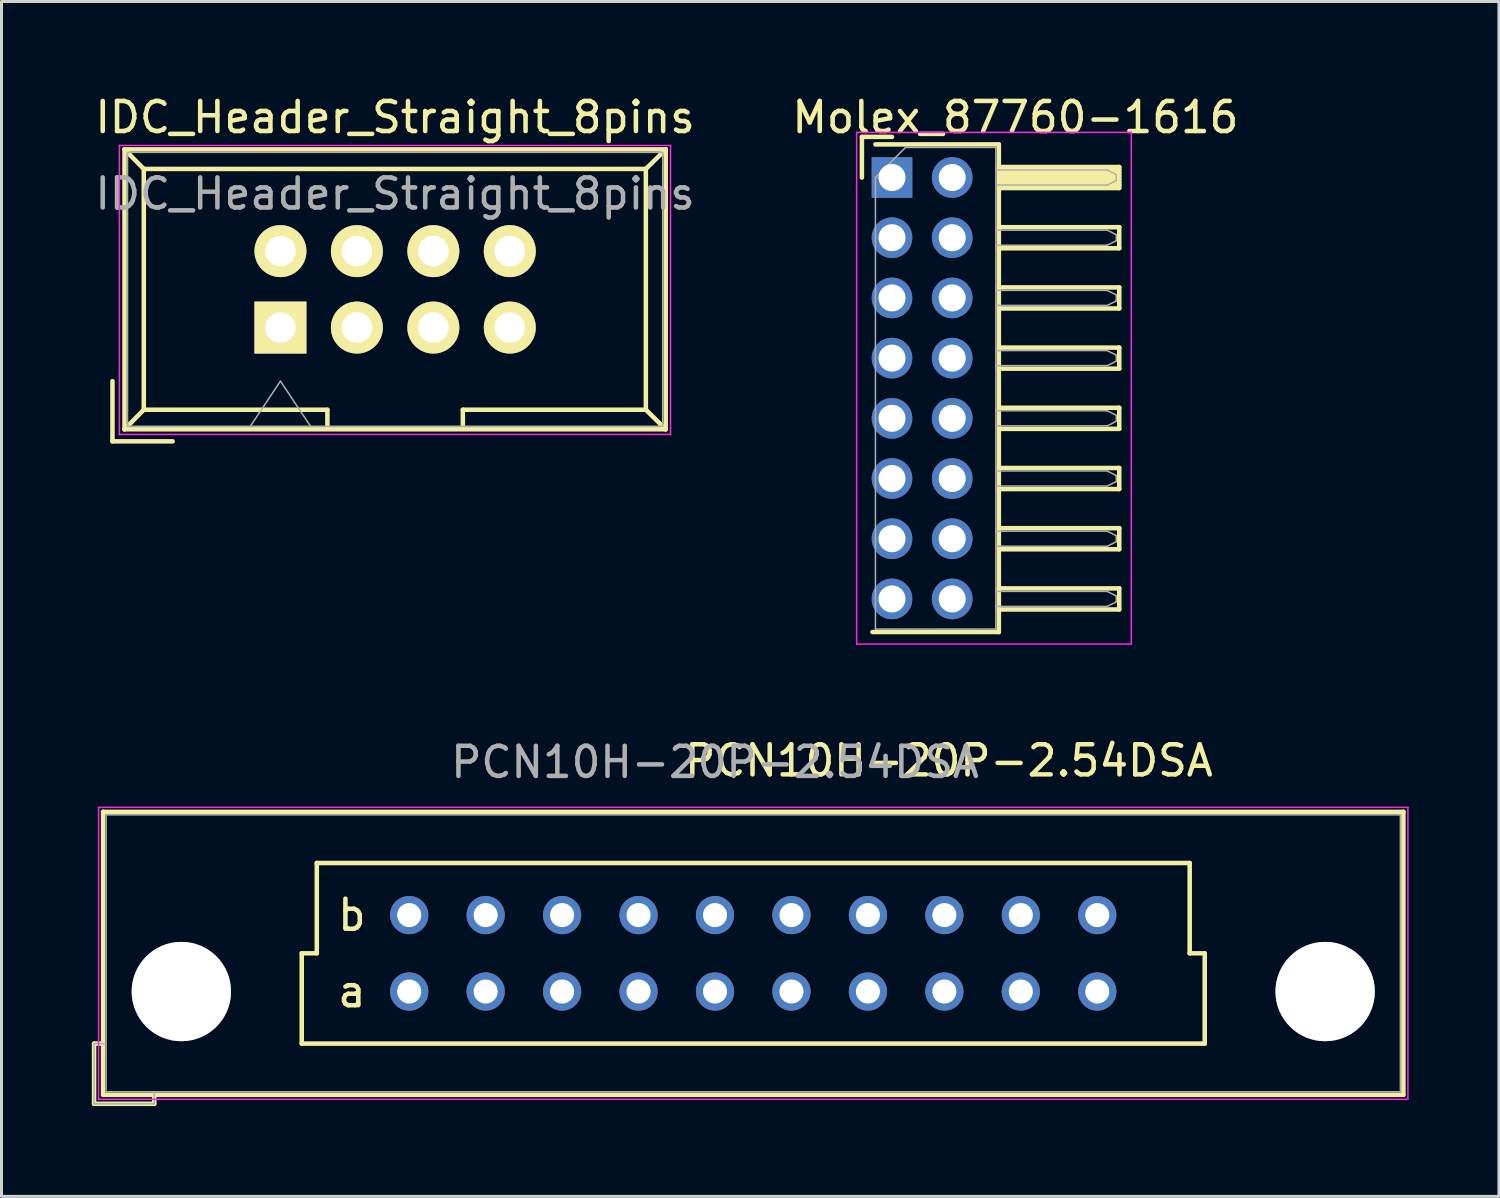
<source format=kicad_pcb>
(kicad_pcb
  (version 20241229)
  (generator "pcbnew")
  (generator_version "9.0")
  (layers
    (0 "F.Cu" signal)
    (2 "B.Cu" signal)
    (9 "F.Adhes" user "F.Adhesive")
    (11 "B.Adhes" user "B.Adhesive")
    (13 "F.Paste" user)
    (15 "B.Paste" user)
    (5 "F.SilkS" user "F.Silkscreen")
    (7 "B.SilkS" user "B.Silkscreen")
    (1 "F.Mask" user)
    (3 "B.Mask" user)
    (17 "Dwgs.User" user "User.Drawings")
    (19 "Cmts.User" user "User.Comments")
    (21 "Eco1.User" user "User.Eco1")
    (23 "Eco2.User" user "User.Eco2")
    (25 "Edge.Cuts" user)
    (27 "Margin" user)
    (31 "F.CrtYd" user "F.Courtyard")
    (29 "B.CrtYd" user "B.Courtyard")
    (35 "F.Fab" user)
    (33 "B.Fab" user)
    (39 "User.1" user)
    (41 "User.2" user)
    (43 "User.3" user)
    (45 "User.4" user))
  (footprint "IDC_Header_Straight_8pins"
    (layer "F.Cu")
    (at 6.267 7.833)
    (property "Reference" "IDC_Header_Straight_8pins" (at 3.81 -4.445 0) (layer "F.Fab") (effects (font (size 1 1) (thickness 0.15))))
    (attr through_hole)
    (fp_line (start -5.58 1.78) (end -5.58 3.78) (stroke (width 0.15) (type solid)) (layer "F.SilkS"))
    (fp_line (start -5.58 3.78) (end -3.58 3.78) (stroke (width 0.15) (type solid)) (layer "F.SilkS"))
    (fp_line (start -5.18 -5.92) (end -5.18 3.38) (stroke (width 0.15) (type solid)) (layer "F.SilkS"))
    (fp_line (start -5.18 -5.92) (end -4.54 -5.27) (stroke (width 0.15) (type solid)) (layer "F.SilkS"))
    (fp_line (start -5.18 -5.92) (end 12.8 -5.92) (stroke (width 0.15) (type solid)) (layer "F.SilkS"))
    (fp_line (start -5.18 3.38) (end -4.54 2.73) (stroke (width 0.15) (type solid)) (layer "F.SilkS"))
    (fp_line (start -5.18 3.38) (end 12.8 3.38) (stroke (width 0.15) (type solid)) (layer "F.SilkS"))
    (fp_line (start -4.54 -5.27) (end -4.54 2.73) (stroke (width 0.15) (type solid)) (layer "F.SilkS"))
    (fp_line (start -4.54 -5.27) (end 12.14 -5.27) (stroke (width 0.15) (type solid)) (layer "F.SilkS"))
    (fp_line (start -4.54 2.73) (end 1.56 2.73) (stroke (width 0.15) (type solid)) (layer "F.SilkS"))
    (fp_line (start 1.56 2.73) (end 1.56 3.28) (stroke (width 0.15) (type solid)) (layer "F.SilkS"))
    (fp_line (start 6.06 2.73) (end 6.06 3.28) (stroke (width 0.15) (type solid)) (layer "F.SilkS"))
    (fp_line (start 6.06 2.73) (end 12.14 2.73) (stroke (width 0.15) (type solid)) (layer "F.SilkS"))
    (fp_line (start 12.14 -5.27) (end 12.14 2.73) (stroke (width 0.15) (type solid)) (layer "F.SilkS"))
    (fp_line (start 12.8 -5.92) (end 12.14 -5.27) (stroke (width 0.15) (type solid)) (layer "F.SilkS"))
    (fp_line (start 12.8 -5.92) (end 12.8 3.38) (stroke (width 0.15) (type solid)) (layer "F.SilkS"))
    (fp_line (start 12.8 3.38) (end 12.14 2.73) (stroke (width 0.15) (type solid)) (layer "F.SilkS"))
    (fp_line (start -5.35 -6.05) (end 12.96 -6.05) (stroke (width 0.05) (type solid)) (layer "F.CrtYd"))
    (fp_line (start -5.35 3.55) (end -5.35 -6.05) (stroke (width 0.05) (type solid)) (layer "F.CrtYd"))
    (fp_line (start 12.96 -6.05) (end 12.96 3.55) (stroke (width 0.05) (type solid)) (layer "F.CrtYd"))
    (fp_line (start 12.96 3.55) (end -5.36 3.55) (stroke (width 0.05) (type solid)) (layer "F.CrtYd"))
    (fp_line (start -5.08 -5.82) (end -5.08 3.28) (stroke (width 0.05) (type solid)) (layer "F.Fab"))
    (fp_line (start -5.08 -5.82) (end 12.7 -5.82) (stroke (width 0.05) (type solid)) (layer "F.Fab"))
    (fp_line (start -5.08 3.28) (end 12.7 3.28) (stroke (width 0.05) (type solid)) (layer "F.Fab"))
    (fp_line (start -1 3.28) (end 0 1.78) (stroke (width 0.05) (type solid)) (layer "F.Fab"))
    (fp_line (start 0 1.78) (end 1 3.28) (stroke (width 0.05) (type solid)) (layer "F.Fab"))
    (fp_line (start 12.7 -5.82) (end 12.7 3.28) (stroke (width 0.05) (type solid)) (layer "F.Fab"))
    (fp_text user "${REFERENCE}" (at 3.81 -6.985 0) (layer "F.SilkS") (effects (font (size 1 1) (thickness 0.15))))
    (pad "1" thru_hole rect (at 0 0) (size 1.727 1.727) (drill 1.016) (layers "*.Cu" "*.Mask" "F.SilkS"))
    (pad "2" thru_hole oval (at 0 -2.54) (size 1.727 1.727) (drill 1.016) (layers "*.Cu" "*.Mask" "F.SilkS"))
    (pad "3" thru_hole oval (at 2.54 0) (size 1.727 1.727) (drill 1.016) (layers "*.Cu" "*.Mask" "F.SilkS"))
    (pad "4" thru_hole oval (at 2.54 -2.54) (size 1.727 1.727) (drill 1.016) (layers "*.Cu" "*.Mask" "F.SilkS"))
    (pad "5" thru_hole oval (at 5.08 0) (size 1.727 1.727) (drill 1.016) (layers "*.Cu" "*.Mask" "F.SilkS"))
    (pad "6" thru_hole oval (at 5.08 -2.54) (size 1.727 1.727) (drill 1.016) (layers "*.Cu" "*.Mask" "F.SilkS"))
    (pad "7" thru_hole oval (at 7.62 0) (size 1.727 1.727) (drill 1.016) (layers "*.Cu" "*.Mask" "F.SilkS"))
    (pad "8" thru_hole oval (at 7.62 -2.54) (size 1.727 1.727) (drill 1.016) (layers "*.Cu" "*.Mask" "F.SilkS")))
  (footprint "PCN10H-20P-2.54DSA"
    (layer "F.Cu")
    (at 21.975 28.622)
    (property "Reference" "PCN10H-20P-2.54DSA" (at -1.27 -6.35 0) (layer "F.Fab") (effects (font (size 1 1) (thickness 0.15))))
    (attr through_hole)
    (fp_line (start -21.9 3) (end -21.6 3) (stroke (width 0.15) (type solid)) (layer "F.SilkS"))
    (fp_line (start -21.9 5) (end -21.9 3) (stroke (width 0.15) (type solid)) (layer "F.SilkS"))
    (fp_line (start -21.9 5) (end -19.9 5) (stroke (width 0.15) (type solid)) (layer "F.SilkS"))
    (fp_line (start -21.6 -4.7) (end 21.6 -4.7) (stroke (width 0.15) (type solid)) (layer "F.SilkS"))
    (fp_line (start -21.6 4.7) (end -21.6 -4.7) (stroke (width 0.15) (type solid)) (layer "F.SilkS"))
    (fp_line (start -19.9 5) (end -19.9 4.7) (stroke (width 0.15) (type solid)) (layer "F.SilkS"))
    (fp_line (start -15 3) (end -15 0) (stroke (width 0.15) (type solid)) (layer "F.SilkS"))
    (fp_line (start -14.5 -3) (end -14.5 0) (stroke (width 0.15) (type solid)) (layer "F.SilkS"))
    (fp_line (start -14.5 -3) (end 14.5 -3) (stroke (width 0.15) (type solid)) (layer "F.SilkS"))
    (fp_line (start -14.5 0) (end -15 0) (stroke (width 0.15) (type solid)) (layer "F.SilkS"))
    (fp_line (start 14.5 -3) (end 14.5 0) (stroke (width 0.15) (type solid)) (layer "F.SilkS"))
    (fp_line (start 14.5 0) (end 15 0) (stroke (width 0.15) (type solid)) (layer "F.SilkS"))
    (fp_line (start 15 0) (end 15 3) (stroke (width 0.15) (type solid)) (layer "F.SilkS"))
    (fp_line (start 15 3) (end -15 3) (stroke (width 0.15) (type solid)) (layer "F.SilkS"))
    (fp_line (start 21.6 -4.7) (end 21.6 4.7) (stroke (width 0.15) (type solid)) (layer "F.SilkS"))
    (fp_line (start 21.6 4.7) (end -21.6 4.7) (stroke (width 0.15) (type solid)) (layer "F.SilkS"))
    (fp_line (start -21.75 -4.85) (end 21.75 -4.85) (stroke (width 0.05) (type solid)) (layer "F.CrtYd"))
    (fp_line (start -21.75 4.85) (end -21.75 -4.85) (stroke (width 0.05) (type solid)) (layer "F.CrtYd"))
    (fp_line (start 21.75 -4.85) (end 21.75 4.85) (stroke (width 0.05) (type solid)) (layer "F.CrtYd"))
    (fp_line (start 21.75 4.85) (end -21.75 4.85) (stroke (width 0.05) (type solid)) (layer "F.CrtYd"))
    (fp_line (start -21.9 3) (end -21.9 5) (stroke (width 0.05) (type solid)) (layer "F.Fab"))
    (fp_line (start -21.9 5) (end -19.9 5) (stroke (width 0.05) (type solid)) (layer "F.Fab"))
    (fp_line (start -21.5 -4.6) (end 21.5 -4.6) (stroke (width 0.05) (type solid)) (layer "F.Fab"))
    (fp_line (start -21.5 3) (end -21.9 3) (stroke (width 0.05) (type solid)) (layer "F.Fab"))
    (fp_line (start -21.5 4.6) (end -21.5 -4.6) (stroke (width 0.05) (type solid)) (layer "F.Fab"))
    (fp_line (start -19.9 5) (end -19.9 4.6) (stroke (width 0.05) (type solid)) (layer "F.Fab"))
    (fp_line (start 21.5 -4.6) (end 21.5 4.6) (stroke (width 0.05) (type solid)) (layer "F.Fab"))
    (fp_line (start 21.5 4.6) (end -21.5 4.6) (stroke (width 0.05) (type solid)) (layer "F.Fab"))
    (fp_text user "a" (at -13.335 1.27 0) (layer "F.SilkS") (effects (font (size 1 1) (thickness 0.15))))
    (fp_text user "b" (at -13.335 -1.27 0) (layer "F.SilkS") (effects (font (size 1 1) (thickness 0.15))))
    (fp_text user "${REFERENCE}" (at 6.5 -6.4 0) (layer "F.SilkS") (effects (font (size 1 1) (thickness 0.15))))
    (pad "" thru_hole circle (at -19 1.27) (size 3.3 3.3) (drill 3.3) (layers "*.Cu" "*.Mask"))
    (pad "" thru_hole circle (at 19 1.27) (size 3.3 3.3) (drill 3.3) (layers "*.Cu" "*.Mask"))
    (pad "1" thru_hole circle (at -11.43 1.27) (size 1.27 1.27) (drill 0.8) (layers "*.Cu" "*.Mask"))
    (pad "2" thru_hole circle (at -11.43 -1.27) (size 1.27 1.27) (drill 0.8) (layers "*.Cu" "*.Mask"))
    (pad "3" thru_hole circle (at -8.89 1.27) (size 1.27 1.27) (drill 0.8) (layers "*.Cu" "*.Mask"))
    (pad "4" thru_hole circle (at -8.89 -1.27) (size 1.27 1.27) (drill 0.8) (layers "*.Cu" "*.Mask"))
    (pad "5" thru_hole circle (at -6.35 1.27) (size 1.27 1.27) (drill 0.8) (layers "*.Cu" "*.Mask"))
    (pad "6" thru_hole circle (at -6.35 -1.27) (size 1.27 1.27) (drill 0.8) (layers "*.Cu" "*.Mask"))
    (pad "7" thru_hole circle (at -3.81 1.27) (size 1.27 1.27) (drill 0.8) (layers "*.Cu" "*.Mask"))
    (pad "8" thru_hole circle (at -3.81 -1.27) (size 1.27 1.27) (drill 0.8) (layers "*.Cu" "*.Mask"))
    (pad "9" thru_hole circle (at -1.27 1.27) (size 1.27 1.27) (drill 0.8) (layers "*.Cu" "*.Mask"))
    (pad "10" thru_hole circle (at -1.27 -1.27) (size 1.27 1.27) (drill 0.8) (layers "*.Cu" "*.Mask"))
    (pad "11" thru_hole circle (at 1.27 1.27) (size 1.27 1.27) (drill 0.8) (layers "*.Cu" "*.Mask"))
    (pad "12" thru_hole circle (at 1.27 -1.27) (size 1.27 1.27) (drill 0.8) (layers "*.Cu" "*.Mask"))
    (pad "13" thru_hole circle (at 3.81 1.27) (size 1.27 1.27) (drill 0.8) (layers "*.Cu" "*.Mask"))
    (pad "14" thru_hole circle (at 3.81 -1.27) (size 1.27 1.27) (drill 0.8) (layers "*.Cu" "*.Mask"))
    (pad "15" thru_hole circle (at 6.35 1.27) (size 1.27 1.27) (drill 0.8) (layers "*.Cu" "*.Mask"))
    (pad "16" thru_hole circle (at 6.35 -1.27) (size 1.27 1.27) (drill 0.8) (layers "*.Cu" "*.Mask"))
    (pad "17" thru_hole circle (at 8.89 1.27) (size 1.27 1.27) (drill 0.8) (layers "*.Cu" "*.Mask"))
    (pad "18" thru_hole circle (at 8.89 -1.27) (size 1.27 1.27) (drill 0.8) (layers "*.Cu" "*.Mask"))
    (pad "19" thru_hole circle (at 11.43 1.27) (size 1.27 1.27) (drill 0.8) (layers "*.Cu" "*.Mask"))
    (pad "20" thru_hole circle (at 11.43 -1.27) (size 1.27 1.27) (drill 0.8) (layers "*.Cu" "*.Mask")))
  (footprint "Molex_87760-1616"
    (layer "F.Cu")
    (at 26.585 2.848)
    (property "Reference" "Molex_87760-1616" (at 4.1 -2 0) (layer "F.SilkS") (effects (font (size 1 1) (thickness 0.15))))
    (attr through_hole)
    (fp_line (start -1 -1.35) (end 0 -1.35) (stroke (width 0.15) (type solid)) (layer "F.SilkS"))
    (fp_line (start -1 0) (end -1 -1.35) (stroke (width 0.15) (type solid)) (layer "F.SilkS"))
    (fp_line (start 3.55 -1.1) (end -0.55 -1.1) (stroke (width 0.15) (type solid)) (layer "F.SilkS"))
    (fp_line (start 3.55 -1.1) (end 3.55 15.1) (stroke (width 0.15) (type solid)) (layer "F.SilkS"))
    (fp_line (start 3.55 -0.35) (end 7.55 -0.35) (stroke (width 0.15) (type solid)) (layer "F.SilkS"))
    (fp_line (start 3.55 -0.25) (end 7.55 -0.25) (stroke (width 0.15) (type solid)) (layer "F.SilkS"))
    (fp_line (start 3.55 -0.15) (end 7.55 -0.15) (stroke (width 0.15) (type solid)) (layer "F.SilkS"))
    (fp_line (start 3.55 -0.05) (end 7.55 -0.05) (stroke (width 0.15) (type solid)) (layer "F.SilkS"))
    (fp_line (start 3.55 0.05) (end 7.55 0.05) (stroke (width 0.15) (type solid)) (layer "F.SilkS"))
    (fp_line (start 3.55 0.15) (end 7.55 0.15) (stroke (width 0.15) (type solid)) (layer "F.SilkS"))
    (fp_line (start 3.55 0.25) (end 7.55 0.25) (stroke (width 0.15) (type solid)) (layer "F.SilkS"))
    (fp_line (start 3.55 1.65) (end 7.55 1.65) (stroke (width 0.15) (type solid)) (layer "F.SilkS"))
    (fp_line (start 3.55 3.65) (end 7.55 3.65) (stroke (width 0.15) (type solid)) (layer "F.SilkS"))
    (fp_line (start 3.55 5.65) (end 7.55 5.65) (stroke (width 0.15) (type solid)) (layer "F.SilkS"))
    (fp_line (start 3.55 7.65) (end 7.55 7.65) (stroke (width 0.15) (type solid)) (layer "F.SilkS"))
    (fp_line (start 3.55 9.65) (end 7.55 9.65) (stroke (width 0.15) (type solid)) (layer "F.SilkS"))
    (fp_line (start 3.55 11.65) (end 7.55 11.65) (stroke (width 0.15) (type solid)) (layer "F.SilkS"))
    (fp_line (start 3.55 13.65) (end 7.55 13.65) (stroke (width 0.15) (type solid)) (layer "F.SilkS"))
    (fp_line (start 3.55 15.1) (end -0.65 15.1) (stroke (width 0.15) (type solid)) (layer "F.SilkS"))
    (fp_line (start 7.55 -0.35) (end 7.55 0.35) (stroke (width 0.15) (type solid)) (layer "F.SilkS"))
    (fp_line (start 7.55 0.35) (end 3.55 0.35) (stroke (width 0.15) (type solid)) (layer "F.SilkS"))
    (fp_line (start 7.55 1.65) (end 7.55 2.35) (stroke (width 0.15) (type solid)) (layer "F.SilkS"))
    (fp_line (start 7.55 2.35) (end 3.55 2.35) (stroke (width 0.15) (type solid)) (layer "F.SilkS"))
    (fp_line (start 7.55 3.65) (end 7.55 4.35) (stroke (width 0.15) (type solid)) (layer "F.SilkS"))
    (fp_line (start 7.55 4.35) (end 3.55 4.35) (stroke (width 0.15) (type solid)) (layer "F.SilkS"))
    (fp_line (start 7.55 5.65) (end 7.55 6.35) (stroke (width 0.15) (type solid)) (layer "F.SilkS"))
    (fp_line (start 7.55 6.35) (end 3.55 6.35) (stroke (width 0.15) (type solid)) (layer "F.SilkS"))
    (fp_line (start 7.55 7.65) (end 7.55 8.35) (stroke (width 0.15) (type solid)) (layer "F.SilkS"))
    (fp_line (start 7.55 8.35) (end 3.55 8.35) (stroke (width 0.15) (type solid)) (layer "F.SilkS"))
    (fp_line (start 7.55 9.65) (end 7.55 10.35) (stroke (width 0.15) (type solid)) (layer "F.SilkS"))
    (fp_line (start 7.55 10.35) (end 3.55 10.35) (stroke (width 0.15) (type solid)) (layer "F.SilkS"))
    (fp_line (start 7.55 11.65) (end 7.55 12.35) (stroke (width 0.15) (type solid)) (layer "F.SilkS"))
    (fp_line (start 7.55 12.35) (end 3.55 12.35) (stroke (width 0.15) (type solid)) (layer "F.SilkS"))
    (fp_line (start 7.55 13.65) (end 7.55 14.35) (stroke (width 0.15) (type solid)) (layer "F.SilkS"))
    (fp_line (start 7.55 14.35) (end 3.55 14.35) (stroke (width 0.15) (type solid)) (layer "F.SilkS"))
    (fp_line (start -1.175 -1.5) (end -1.175 15.5) (stroke (width 0.05) (type solid)) (layer "F.CrtYd"))
    (fp_line (start 7.95 -1.5) (end -1.175 -1.5) (stroke (width 0.05) (type solid)) (layer "F.CrtYd"))
    (fp_line (start 7.95 15.5) (end -1.175 15.5) (stroke (width 0.05) (type solid)) (layer "F.CrtYd"))
    (fp_line (start 7.95 15.5) (end 7.95 -1.5) (stroke (width 0.05) (type solid)) (layer "F.CrtYd"))
    (fp_line (start -0.55 15) (end -0.55 0) (stroke (width 0.05) (type solid)) (layer "F.Fab"))
    (fp_line (start 0.45 -1) (end -0.55 0) (stroke (width 0.05) (type solid)) (layer "F.Fab"))
    (fp_line (start 0.45 -1) (end 3.45 -1) (stroke (width 0.05) (type solid)) (layer "F.Fab"))
    (fp_line (start 3.45 -1) (end 3.45 15) (stroke (width 0.05) (type solid)) (layer "F.Fab"))
    (fp_line (start 3.45 -0.25) (end 7.15 -0.25) (stroke (width 0.05) (type solid)) (layer "F.Fab"))
    (fp_line (start 3.45 1.75) (end 7.15 1.75) (stroke (width 0.05) (type solid)) (layer "F.Fab"))
    (fp_line (start 3.45 3.75) (end 7.15 3.75) (stroke (width 0.05) (type solid)) (layer "F.Fab"))
    (fp_line (start 3.45 5.75) (end 7.15 5.75) (stroke (width 0.05) (type solid)) (layer "F.Fab"))
    (fp_line (start 3.45 7.75) (end 7.15 7.75) (stroke (width 0.05) (type solid)) (layer "F.Fab"))
    (fp_line (start 3.45 9.75) (end 7.15 9.75) (stroke (width 0.05) (type solid)) (layer "F.Fab"))
    (fp_line (start 3.45 11.75) (end 7.15 11.75) (stroke (width 0.05) (type solid)) (layer "F.Fab"))
    (fp_line (start 3.45 13.75) (end 7.15 13.75) (stroke (width 0.05) (type solid)) (layer "F.Fab"))
    (fp_line (start 3.45 15) (end -0.55 15) (stroke (width 0.05) (type solid)) (layer "F.Fab"))
    (fp_line (start 7.15 -0.25) (end 7.45 -0.1) (stroke (width 0.05) (type solid)) (layer "F.Fab"))
    (fp_line (start 7.15 0.25) (end 3.45 0.25) (stroke (width 0.05) (type solid)) (layer "F.Fab"))
    (fp_line (start 7.15 1.75) (end 7.45 1.9) (stroke (width 0.05) (type solid)) (layer "F.Fab"))
    (fp_line (start 7.15 2.25) (end 3.45 2.25) (stroke (width 0.05) (type solid)) (layer "F.Fab"))
    (fp_line (start 7.15 3.75) (end 7.45 3.9) (stroke (width 0.05) (type solid)) (layer "F.Fab"))
    (fp_line (start 7.15 4.25) (end 3.45 4.25) (stroke (width 0.05) (type solid)) (layer "F.Fab"))
    (fp_line (start 7.15 5.75) (end 7.45 5.9) (stroke (width 0.05) (type solid)) (layer "F.Fab"))
    (fp_line (start 7.15 6.25) (end 3.45 6.25) (stroke (width 0.05) (type solid)) (layer "F.Fab"))
    (fp_line (start 7.15 7.75) (end 7.45 7.9) (stroke (width 0.05) (type solid)) (layer "F.Fab"))
    (fp_line (start 7.15 8.25) (end 3.45 8.25) (stroke (width 0.05) (type solid)) (layer "F.Fab"))
    (fp_line (start 7.15 9.75) (end 7.45 9.9) (stroke (width 0.05) (type solid)) (layer "F.Fab"))
    (fp_line (start 7.15 10.25) (end 3.45 10.25) (stroke (width 0.05) (type solid)) (layer "F.Fab"))
    (fp_line (start 7.15 11.75) (end 7.45 11.9) (stroke (width 0.05) (type solid)) (layer "F.Fab"))
    (fp_line (start 7.15 12.25) (end 3.45 12.25) (stroke (width 0.05) (type solid)) (layer "F.Fab"))
    (fp_line (start 7.15 13.75) (end 7.45 13.9) (stroke (width 0.05) (type solid)) (layer "F.Fab"))
    (fp_line (start 7.15 14.25) (end 3.45 14.25) (stroke (width 0.05) (type solid)) (layer "F.Fab"))
    (fp_line (start 7.45 -0.1) (end 7.45 0.1) (stroke (width 0.05) (type solid)) (layer "F.Fab"))
    (fp_line (start 7.45 0.1) (end 7.15 0.25) (stroke (width 0.05) (type solid)) (layer "F.Fab"))
    (fp_line (start 7.45 1.9) (end 7.45 2.1) (stroke (width 0.05) (type solid)) (layer "F.Fab"))
    (fp_line (start 7.45 2.1) (end 7.15 2.25) (stroke (width 0.05) (type solid)) (layer "F.Fab"))
    (fp_line (start 7.45 3.9) (end 7.45 4.1) (stroke (width 0.05) (type solid)) (layer "F.Fab"))
    (fp_line (start 7.45 4.1) (end 7.15 4.25) (stroke (width 0.05) (type solid)) (layer "F.Fab"))
    (fp_line (start 7.45 5.9) (end 7.45 6.1) (stroke (width 0.05) (type solid)) (layer "F.Fab"))
    (fp_line (start 7.45 6.1) (end 7.15 6.25) (stroke (width 0.05) (type solid)) (layer "F.Fab"))
    (fp_line (start 7.45 7.9) (end 7.45 8.1) (stroke (width 0.05) (type solid)) (layer "F.Fab"))
    (fp_line (start 7.45 8.1) (end 7.15 8.25) (stroke (width 0.05) (type solid)) (layer "F.Fab"))
    (fp_line (start 7.45 9.9) (end 7.45 10.1) (stroke (width 0.05) (type solid)) (layer "F.Fab"))
    (fp_line (start 7.45 10.1) (end 7.15 10.25) (stroke (width 0.05) (type solid)) (layer "F.Fab"))
    (fp_line (start 7.45 11.9) (end 7.45 12.1) (stroke (width 0.05) (type solid)) (layer "F.Fab"))
    (fp_line (start 7.45 12.1) (end 7.15 12.25) (stroke (width 0.05) (type solid)) (layer "F.Fab"))
    (fp_line (start 7.45 13.9) (end 7.45 14.1) (stroke (width 0.05) (type solid)) (layer "F.Fab"))
    (fp_line (start 7.45 14.1) (end 7.15 14.25) (stroke (width 0.05) (type solid)) (layer "F.Fab"))
    (pad "1" thru_hole rect (at 0 0) (size 1.35 1.35) (drill 0.9) (layers "*.Cu" "*.Mask"))
    (pad "2" thru_hole oval (at 2 0) (size 1.35 1.35) (drill 0.9) (layers "*.Cu" "*.Mask"))
    (pad "3" thru_hole oval (at 0 2) (size 1.35 1.35) (drill 0.9) (layers "*.Cu" "*.Mask"))
    (pad "4" thru_hole oval (at 2 2) (size 1.35 1.35) (drill 0.9) (layers "*.Cu" "*.Mask"))
    (pad "5" thru_hole oval (at 0 4) (size 1.35 1.35) (drill 0.9) (layers "*.Cu" "*.Mask"))
    (pad "6" thru_hole oval (at 2 4) (size 1.35 1.35) (drill 0.9) (layers "*.Cu" "*.Mask"))
    (pad "7" thru_hole oval (at 0 6) (size 1.35 1.35) (drill 0.9) (layers "*.Cu" "*.Mask"))
    (pad "8" thru_hole oval (at 2 6) (size 1.35 1.35) (drill 0.9) (layers "*.Cu" "*.Mask"))
    (pad "9" thru_hole oval (at 0 8) (size 1.35 1.35) (drill 0.9) (layers "*.Cu" "*.Mask"))
    (pad "10" thru_hole oval (at 2 8) (size 1.35 1.35) (drill 0.9) (layers "*.Cu" "*.Mask"))
    (pad "11" thru_hole oval (at 0 10) (size 1.35 1.35) (drill 0.9) (layers "*.Cu" "*.Mask"))
    (pad "12" thru_hole oval (at 2 10) (size 1.35 1.35) (drill 0.9) (layers "*.Cu" "*.Mask"))
    (pad "13" thru_hole oval (at 0 12) (size 1.35 1.35) (drill 0.9) (layers "*.Cu" "*.Mask"))
    (pad "14" thru_hole oval (at 2 12) (size 1.35 1.35) (drill 0.9) (layers "*.Cu" "*.Mask"))
    (pad "15" thru_hole oval (at 0 14) (size 1.35 1.35) (drill 0.9) (layers "*.Cu" "*.Mask"))
    (pad "16" thru_hole oval (at 2 14) (size 1.35 1.35) (drill 0.9) (layers "*.Cu" "*.Mask")))
  (gr_rect
    (start -3 -3)
    (end 46.75 36.697)
    (stroke (width 0.1) (type default))
    (fill no)
    (layer "Edge.Cuts")))
</source>
